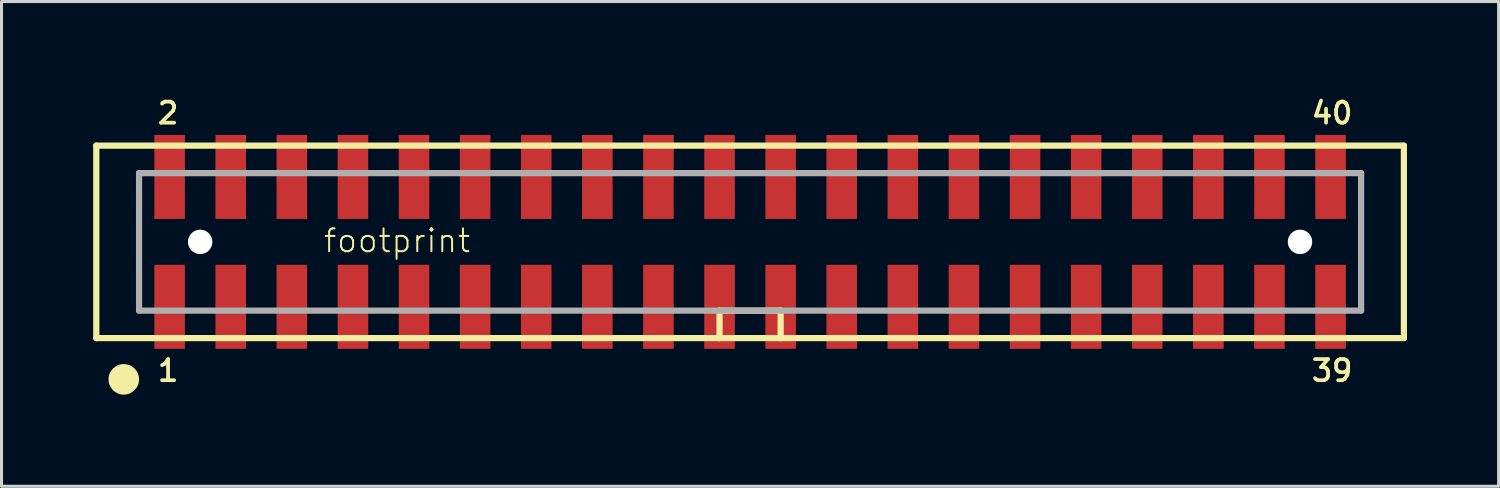
<source format=kicad_pcb>
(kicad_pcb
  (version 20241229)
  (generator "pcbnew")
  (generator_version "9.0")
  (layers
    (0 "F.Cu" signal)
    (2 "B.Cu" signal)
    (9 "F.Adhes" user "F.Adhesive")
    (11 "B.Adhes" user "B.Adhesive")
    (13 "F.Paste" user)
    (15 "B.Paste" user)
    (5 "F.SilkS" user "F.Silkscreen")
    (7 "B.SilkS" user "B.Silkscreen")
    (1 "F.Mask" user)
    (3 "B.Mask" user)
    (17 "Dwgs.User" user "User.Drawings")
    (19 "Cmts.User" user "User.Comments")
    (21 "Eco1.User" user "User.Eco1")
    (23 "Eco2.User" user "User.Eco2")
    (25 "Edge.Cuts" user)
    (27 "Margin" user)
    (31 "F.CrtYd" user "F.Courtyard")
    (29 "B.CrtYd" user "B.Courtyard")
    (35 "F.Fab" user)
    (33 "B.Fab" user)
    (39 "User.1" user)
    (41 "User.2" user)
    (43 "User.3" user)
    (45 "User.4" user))
  (footprint "footprint"
    (layer "F.Cu")
    (at 21.502 4.867)
    (property "Reference" "footprint" (at -14 0.4 0) (layer "F.SilkS") (effects (font (size 0.748 0.748) (thickness 0.065)) (justify left bottom)))
    (fp_line (start -21.4 -3.15) (end 21.4 -3.15) (stroke (width 0.203) (type solid)) (layer "F.SilkS"))
    (fp_line (start -21.4 3.15) (end -21.4 -3.15) (stroke (width 0.203) (type solid)) (layer "F.SilkS"))
    (fp_line (start -1 2.25) (end 1 2.25) (stroke (width 0.203) (type solid)) (layer "F.SilkS"))
    (fp_line (start -1 3.15) (end -21.4 3.15) (stroke (width 0.203) (type solid)) (layer "F.SilkS"))
    (fp_line (start -1 3.15) (end -1 2.25) (stroke (width 0.203) (type solid)) (layer "F.SilkS"))
    (fp_line (start 1 2.25) (end 1 3.15) (stroke (width 0.203) (type solid)) (layer "F.SilkS"))
    (fp_line (start 1 3.15) (end -1 3.15) (stroke (width 0.203) (type solid)) (layer "F.SilkS"))
    (fp_line (start 21.4 -3.15) (end 21.4 3.15) (stroke (width 0.203) (type solid)) (layer "F.SilkS"))
    (fp_line (start 21.4 3.15) (end 1 3.15) (stroke (width 0.203) (type solid)) (layer "F.SilkS"))
    (fp_circle (center -20.5 4.5) (end -20.25 4.5) (stroke (width 0.5) (type solid)) (fill yes) (layer "F.SilkS"))
    (fp_line (start -20 -2.25) (end -20 2.25) (stroke (width 0.203) (type solid)) (layer "F.Fab"))
    (fp_line (start -20 2.25) (end 20 2.25) (stroke (width 0.203) (type solid)) (layer "F.Fab"))
    (fp_line (start 20 -2.25) (end -20 -2.25) (stroke (width 0.203) (type solid)) (layer "F.Fab"))
    (fp_line (start 20 2.25) (end 20 -2.25) (stroke (width 0.203) (type solid)) (layer "F.Fab"))
    (fp_text user "2" (at -19.05 -3.81 0) (layer "F.SilkS") (effects (font (size 0.691 0.691) (thickness 0.122)) (justify bottom)))
    (fp_text user "1" (at -19.05 3.81 0) (layer "F.SilkS") (effects (font (size 0.691 0.691) (thickness 0.122)) (justify top)))
    (fp_text user "40" (at 19.05 -3.81 0) (layer "F.SilkS") (effects (font (size 0.691 0.691) (thickness 0.122)) (justify bottom)))
    (fp_text user "39" (at 19.05 3.81 0) (layer "F.SilkS") (effects (font (size 0.691 0.691) (thickness 0.122)) (justify top)))
    (pad "" np_thru_hole circle (at -18 0) (size 0.8 0.8) (drill 0.8) (layers "*.Cu" "*.Mask"))
    (pad "" np_thru_hole circle (at 18 0) (size 0.8 0.8) (drill 0.8) (layers "*.Cu" "*.Mask"))
    (pad "1" smd rect (at -19 2.125) (size 1 2.75) (layers "F.Cu" "F.Mask" "F.Paste"))
    (pad "2" smd rect (at -19 -2.125) (size 1 2.75) (layers "F.Cu" "F.Mask" "F.Paste"))
    (pad "3" smd rect (at -17 2.125) (size 1 2.75) (layers "F.Cu" "F.Mask" "F.Paste"))
    (pad "4" smd rect (at -17 -2.125) (size 1 2.75) (layers "F.Cu" "F.Mask" "F.Paste"))
    (pad "5" smd rect (at -15 2.125) (size 1 2.75) (layers "F.Cu" "F.Mask" "F.Paste"))
    (pad "6" smd rect (at -15 -2.125) (size 1 2.75) (layers "F.Cu" "F.Mask" "F.Paste"))
    (pad "7" smd rect (at -13 2.125) (size 1 2.75) (layers "F.Cu" "F.Mask" "F.Paste"))
    (pad "8" smd rect (at -13 -2.125) (size 1 2.75) (layers "F.Cu" "F.Mask" "F.Paste"))
    (pad "9" smd rect (at -11 2.125) (size 1 2.75) (layers "F.Cu" "F.Mask" "F.Paste"))
    (pad "10" smd rect (at -11 -2.125) (size 1 2.75) (layers "F.Cu" "F.Mask" "F.Paste"))
    (pad "11" smd rect (at -9 2.125) (size 1 2.75) (layers "F.Cu" "F.Mask" "F.Paste"))
    (pad "12" smd rect (at -9 -2.125) (size 1 2.75) (layers "F.Cu" "F.Mask" "F.Paste"))
    (pad "13" smd rect (at -7 2.125) (size 1 2.75) (layers "F.Cu" "F.Mask" "F.Paste"))
    (pad "14" smd rect (at -7 -2.125) (size 1 2.75) (layers "F.Cu" "F.Mask" "F.Paste"))
    (pad "15" smd rect (at -5 2.125) (size 1 2.75) (layers "F.Cu" "F.Mask" "F.Paste"))
    (pad "16" smd rect (at -5 -2.125) (size 1 2.75) (layers "F.Cu" "F.Mask" "F.Paste"))
    (pad "17" smd rect (at -3 2.125) (size 1 2.75) (layers "F.Cu" "F.Mask" "F.Paste"))
    (pad "18" smd rect (at -3 -2.125) (size 1 2.75) (layers "F.Cu" "F.Mask" "F.Paste"))
    (pad "19" smd rect (at -1 2.125) (size 1 2.75) (layers "F.Cu" "F.Mask" "F.Paste"))
    (pad "20" smd rect (at -1 -2.125) (size 1 2.75) (layers "F.Cu" "F.Mask" "F.Paste"))
    (pad "21" smd rect (at 1 2.125) (size 1 2.75) (layers "F.Cu" "F.Mask" "F.Paste"))
    (pad "22" smd rect (at 1 -2.125) (size 1 2.75) (layers "F.Cu" "F.Mask" "F.Paste"))
    (pad "23" smd rect (at 3 2.125) (size 1 2.75) (layers "F.Cu" "F.Mask" "F.Paste"))
    (pad "24" smd rect (at 3 -2.125) (size 1 2.75) (layers "F.Cu" "F.Mask" "F.Paste"))
    (pad "25" smd rect (at 5 2.125) (size 1 2.75) (layers "F.Cu" "F.Mask" "F.Paste"))
    (pad "26" smd rect (at 5 -2.125) (size 1 2.75) (layers "F.Cu" "F.Mask" "F.Paste"))
    (pad "27" smd rect (at 7 2.125) (size 1 2.75) (layers "F.Cu" "F.Mask" "F.Paste"))
    (pad "28" smd rect (at 7 -2.125) (size 1 2.75) (layers "F.Cu" "F.Mask" "F.Paste"))
    (pad "29" smd rect (at 9 2.125) (size 1 2.75) (layers "F.Cu" "F.Mask" "F.Paste"))
    (pad "30" smd rect (at 9 -2.125) (size 1 2.75) (layers "F.Cu" "F.Mask" "F.Paste"))
    (pad "31" smd rect (at 11 2.125) (size 1 2.75) (layers "F.Cu" "F.Mask" "F.Paste"))
    (pad "32" smd rect (at 11 -2.125) (size 1 2.75) (layers "F.Cu" "F.Mask" "F.Paste"))
    (pad "33" smd rect (at 13 2.125) (size 1 2.75) (layers "F.Cu" "F.Mask" "F.Paste"))
    (pad "34" smd rect (at 13 -2.125) (size 1 2.75) (layers "F.Cu" "F.Mask" "F.Paste"))
    (pad "35" smd rect (at 15 2.125) (size 1 2.75) (layers "F.Cu" "F.Mask" "F.Paste"))
    (pad "36" smd rect (at 15 -2.125) (size 1 2.75) (layers "F.Cu" "F.Mask" "F.Paste"))
    (pad "37" smd rect (at 17 2.125) (size 1 2.75) (layers "F.Cu" "F.Mask" "F.Paste"))
    (pad "38" smd rect (at 17 -2.125) (size 1 2.75) (layers "F.Cu" "F.Mask" "F.Paste"))
    (pad "39" smd rect (at 19 2.125) (size 1 2.75) (layers "F.Cu" "F.Mask" "F.Paste"))
    (pad "40" smd rect (at 19 -2.125) (size 1 2.75) (layers "F.Cu" "F.Mask" "F.Paste")))
  (gr_rect
    (start -3 -3)
    (end 46.003 12.867)
    (stroke (width 0.1) (type default))
    (fill no)
    (layer "Edge.Cuts")))
</source>
